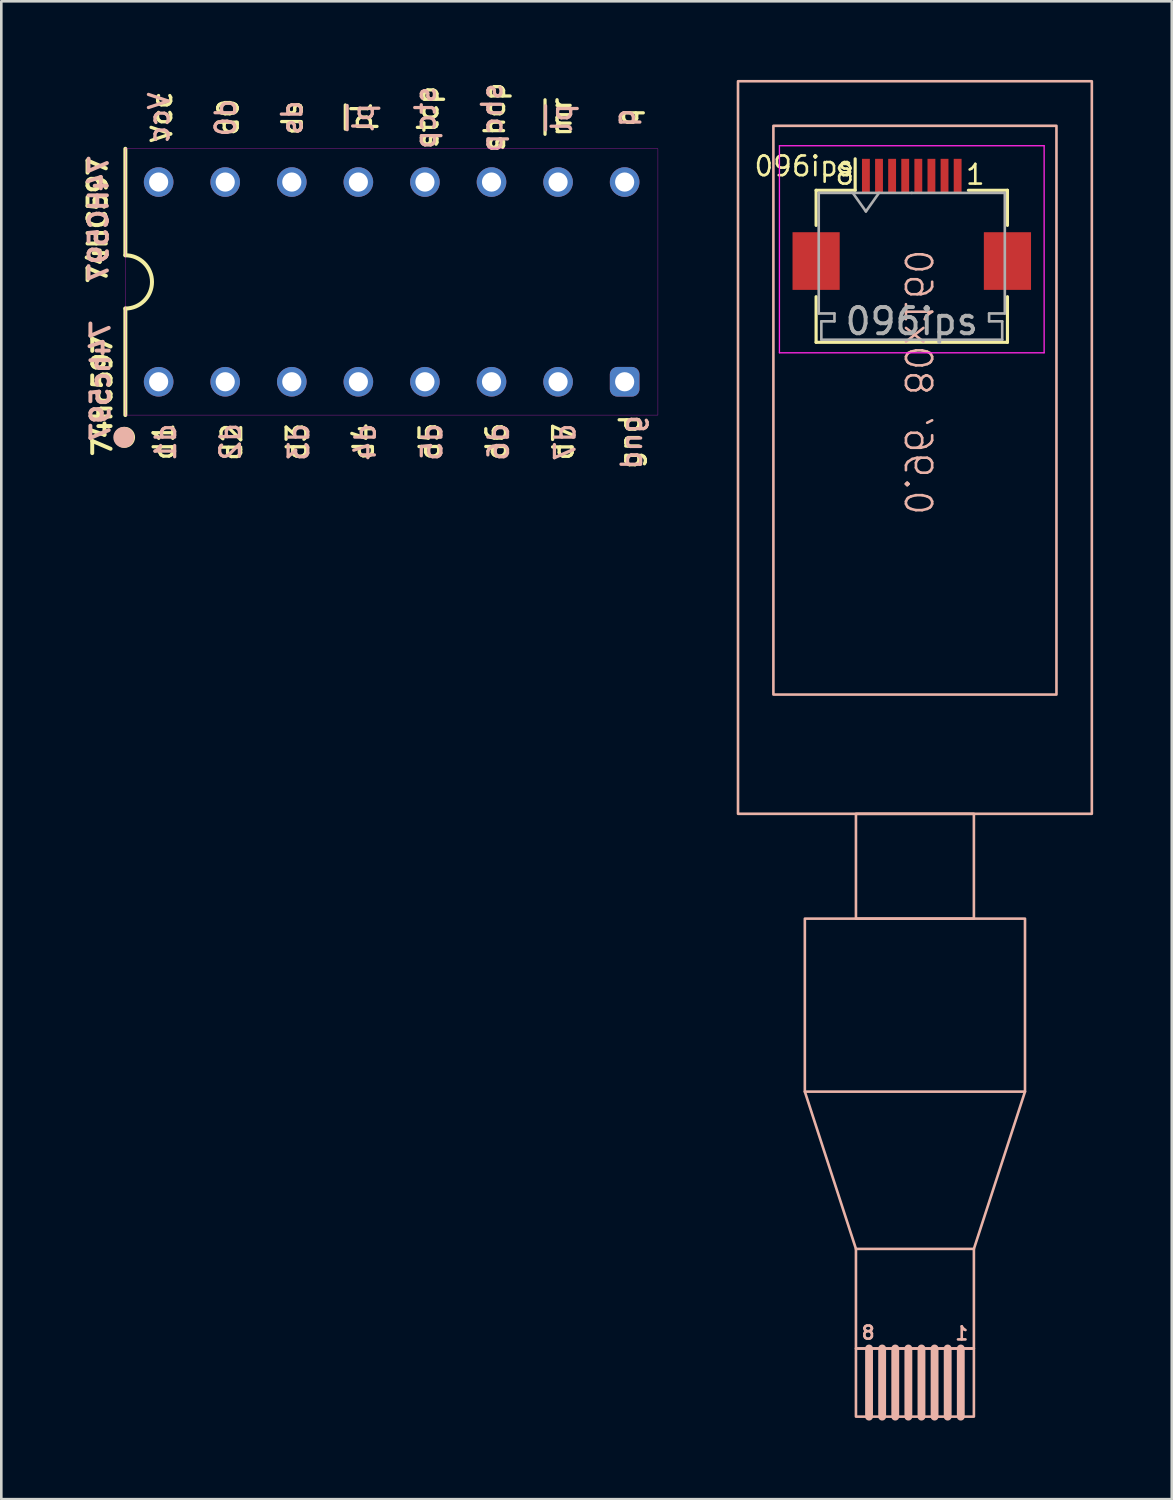
<source format=kicad_pcb>
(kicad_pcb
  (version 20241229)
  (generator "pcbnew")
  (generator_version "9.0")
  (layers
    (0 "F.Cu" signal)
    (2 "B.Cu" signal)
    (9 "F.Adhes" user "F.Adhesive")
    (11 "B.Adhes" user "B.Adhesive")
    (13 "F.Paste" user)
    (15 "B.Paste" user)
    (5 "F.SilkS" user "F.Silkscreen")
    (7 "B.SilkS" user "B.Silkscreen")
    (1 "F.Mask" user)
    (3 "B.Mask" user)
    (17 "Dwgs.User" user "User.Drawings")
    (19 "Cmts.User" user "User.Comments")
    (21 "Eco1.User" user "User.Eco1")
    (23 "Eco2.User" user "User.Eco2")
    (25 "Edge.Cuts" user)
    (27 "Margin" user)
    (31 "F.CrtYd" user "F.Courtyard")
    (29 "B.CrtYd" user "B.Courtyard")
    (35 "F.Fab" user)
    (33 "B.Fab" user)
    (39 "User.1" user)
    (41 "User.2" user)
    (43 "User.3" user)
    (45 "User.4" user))
  (footprint "096ips"
    (layer "F.Cu")
    (at 31.738 5.51)
    (property "Reference" "096ips" (at -4.11 -2.22 180) (layer "F.SilkS") (effects (font (size 0.75 0.75) (thickness 0.1))))
    (attr smd)
    (fp_line (start -3.65 -1.3) (end -3.65 0.04) (stroke (width 0.12) (type solid)) (layer "F.SilkS"))
    (fp_line (start -3.65 2.76) (end -3.65 4.5) (stroke (width 0.12) (type solid)) (layer "F.SilkS"))
    (fp_line (start -3.65 4.5) (end 3.65 4.5) (stroke (width 0.12) (type solid)) (layer "F.SilkS"))
    (fp_line (start -2.16 -1.3) (end -3.65 -1.3) (stroke (width 0.12) (type solid)) (layer "F.SilkS"))
    (fp_line (start -2.16 -1.3) (end -2.16 -2.5) (stroke (width 0.12) (type solid)) (layer "F.SilkS"))
    (fp_line (start 2.16 -1.3) (end 3.65 -1.3) (stroke (width 0.12) (type solid)) (layer "F.SilkS"))
    (fp_line (start 3.65 -1.3) (end 3.65 0.04) (stroke (width 0.12) (type solid)) (layer "F.SilkS"))
    (fp_line (start 3.65 4.5) (end 3.65 2.76) (stroke (width 0.12) (type solid)) (layer "F.SilkS"))
    (fp_line (start -2.13 39.09) (end -4.08 33.09) (stroke (width 0.1) (type default)) (layer "B.SilkS"))
    (fp_line (start -1.63 42.89) (end -1.63 45.49) (stroke (width 0.3) (type default)) (layer "B.SilkS"))
    (fp_line (start -1.13 42.89) (end -1.13 45.49) (stroke (width 0.3) (type default)) (layer "B.SilkS"))
    (fp_line (start -0.63 42.89) (end -0.63 45.49) (stroke (width 0.3) (type default)) (layer "B.SilkS"))
    (fp_line (start -0.13 42.89) (end -0.13 45.49) (stroke (width 0.3) (type default)) (layer "B.SilkS"))
    (fp_line (start 0.37 42.89) (end 0.37 45.49) (stroke (width 0.3) (type default)) (layer "B.SilkS"))
    (fp_line (start 0.87 42.89) (end 0.87 45.49) (stroke (width 0.3) (type default)) (layer "B.SilkS"))
    (fp_line (start 1.37 42.89) (end 1.37 45.49) (stroke (width 0.3) (type default)) (layer "B.SilkS"))
    (fp_line (start 1.87 42.89) (end 1.87 45.49) (stroke (width 0.3) (type default)) (layer "B.SilkS"))
    (fp_line (start 2.37 39.09) (end 4.32 33.09) (stroke (width 0.1) (type default)) (layer "B.SilkS"))
    (fp_rect (start 2.37 22.49) (end -2.13 26.49) (stroke (width 0.1) (type default)) (fill no) (layer "B.SilkS"))
    (fp_rect (start 2.37 39.09) (end -2.13 42.89) (stroke (width 0.1) (type default)) (fill no) (layer "B.SilkS"))
    (fp_rect (start 2.37 42.89) (end -2.13 45.49) (stroke (width 0.1) (type default)) (fill no) (layer "B.SilkS"))
    (fp_rect (start 4.32 26.49) (end -4.08 33.09) (stroke (width 0.1) (type default)) (fill no) (layer "B.SilkS"))
    (fp_rect (start 5.52 -3.76) (end -5.28 17.94) (stroke (width 0.1) (type default)) (fill no) (layer "B.SilkS"))
    (fp_rect (start 6.87 -5.46) (end -6.63 22.49) (stroke (width 0.1) (type default)) (fill no) (layer "B.SilkS"))
    (fp_line (start -5.05 -3) (end -5.05 4.9) (stroke (width 0.05) (type solid)) (layer "F.CrtYd"))
    (fp_line (start -5.05 4.9) (end 5.05 4.9) (stroke (width 0.05) (type solid)) (layer "F.CrtYd"))
    (fp_line (start 5.05 -3) (end -5.05 -3) (stroke (width 0.05) (type solid)) (layer "F.CrtYd"))
    (fp_line (start 5.05 4.9) (end 5.05 -3) (stroke (width 0.05) (type solid)) (layer "F.CrtYd"))
    (fp_line (start -3.55 -1.2) (end -3.55 3.4) (stroke (width 0.1) (type solid)) (layer "F.Fab"))
    (fp_line (start -3.55 3.4) (end -2.95 3.4) (stroke (width 0.1) (type solid)) (layer "F.Fab"))
    (fp_line (start -3.45 3.7) (end -3.45 4.4) (stroke (width 0.1) (type solid)) (layer "F.Fab"))
    (fp_line (start -3.45 4.4) (end 0 4.4) (stroke (width 0.1) (type solid)) (layer "F.Fab"))
    (fp_line (start -2.95 3.4) (end -2.95 3.7) (stroke (width 0.1) (type solid)) (layer "F.Fab"))
    (fp_line (start -2.95 3.7) (end -3.45 3.7) (stroke (width 0.1) (type solid)) (layer "F.Fab"))
    (fp_line (start -2.25 -1.2) (end -1.75 -0.493) (stroke (width 0.1) (type solid)) (layer "F.Fab"))
    (fp_line (start -1.75 -0.493) (end -1.25 -1.2) (stroke (width 0.1) (type solid)) (layer "F.Fab"))
    (fp_line (start 0 -1.2) (end -3.55 -1.2) (stroke (width 0.1) (type solid)) (layer "F.Fab"))
    (fp_line (start 0 -1.2) (end 3.55 -1.2) (stroke (width 0.1) (type solid)) (layer "F.Fab"))
    (fp_line (start 2.95 3.4) (end 2.95 3.7) (stroke (width 0.1) (type solid)) (layer "F.Fab"))
    (fp_line (start 2.95 3.7) (end 3.45 3.7) (stroke (width 0.1) (type solid)) (layer "F.Fab"))
    (fp_line (start 3.45 3.7) (end 3.45 4.4) (stroke (width 0.1) (type solid)) (layer "F.Fab"))
    (fp_line (start 3.45 4.4) (end 0 4.4) (stroke (width 0.1) (type solid)) (layer "F.Fab"))
    (fp_line (start 3.55 -1.2) (end 3.55 3.4) (stroke (width 0.1) (type solid)) (layer "F.Fab"))
    (fp_line (start 3.55 3.4) (end 2.95 3.4) (stroke (width 0.1) (type solid)) (layer "F.Fab"))
    (fp_text user "8" (at -2.98 -1.46 0) (unlocked yes) (layer "F.SilkS") (effects (font (size 0.75 0.75) (thickness 0.1)) (justify left bottom)))
    (fp_text user "1" (at 2 -1.46 0) (unlocked yes) (layer "F.SilkS") (effects (font (size 0.75 0.75) (thickness 0.1)) (justify left bottom)))
    (fp_text user "0.96' 80x160" (at -0.35 11.16 270) (unlocked yes) (layer "B.SilkS") (effects (font (size 1 1) (thickness 0.1)) (justify left bottom mirror)))
    (fp_text user "8" (at -1.36 42.58 0) (unlocked yes) (layer "B.SilkS") (effects (font (size 0.5 0.5) (thickness 0.1)) (justify left bottom mirror)))
    (fp_text user "1" (at 2.21 42.61 0) (unlocked yes) (layer "B.SilkS") (effects (font (size 0.5 0.5) (thickness 0.1)) (justify left bottom mirror)))
    (fp_text user "${REFERENCE}" (at 0 3.7 180) (layer "F.Fab") (effects (font (size 1 1) (thickness 0.15))))
    (pad "" smd rect (at -3.65 1.4) (size 1.8 2.2) (layers "F.Cu" "F.Mask" "F.Paste"))
    (pad "" smd rect (at 3.65 1.4) (size 1.8 2.2) (layers "F.Cu" "F.Mask" "F.Paste"))
    (pad "1" smd rect (at 1.75 -1.85) (size 0.3 1.3) (layers "F.Cu" "F.Mask" "F.Paste"))
    (pad "2" smd rect (at 1.25 -1.85) (size 0.3 1.3) (layers "F.Cu" "F.Mask" "F.Paste"))
    (pad "3" smd rect (at 0.75 -1.85) (size 0.3 1.3) (layers "F.Cu" "F.Mask" "F.Paste"))
    (pad "4" smd rect (at 0.25 -1.85) (size 0.3 1.3) (layers "F.Cu" "F.Mask" "F.Paste"))
    (pad "5" smd rect (at -0.25 -1.85) (size 0.3 1.3) (layers "F.Cu" "F.Mask" "F.Paste"))
    (pad "6" smd rect (at -0.75 -1.85) (size 0.3 1.3) (layers "F.Cu" "F.Mask" "F.Paste"))
    (pad "7" smd rect (at -1.25 -1.85) (size 0.3 1.3) (layers "F.Cu" "F.Mask" "F.Paste"))
    (pad "8" smd rect (at -1.75 -1.85) (size 0.3 1.3) (layers "F.Cu" "F.Mask" "F.Paste")))
  (footprint "74hc597"
    (layer "F.Cu")
    (at 11.893 7.706)
    (property "Reference" "74hc597" (at -11.04 4.35 270) (layer "F.SilkS") (effects (font (size 0.7 0.7) (thickness 0.15))))
    (property "Value" "74HC597" (at 7.62 0 0) (layer "F.Fab") (hide yes) (effects (font (size 0.7 0.7) (thickness 0.15))))
    (attr through_hole)
    (fp_line (start -10.16 -5.08) (end -10.16 -1.016) (stroke (width 0.152) (type solid)) (layer "F.SilkS"))
    (fp_line (start -10.16 5.08) (end -10.16 1.016) (stroke (width 0.152) (type solid)) (layer "F.SilkS"))
    (fp_arc (start -10.16 -1.016) (mid -9.144 0) (end -10.16 1.016) (stroke (width 0.1524) (type solid)) (layer "F.SilkS"))
    (fp_circle (center -10.19 5.93) (end -9.84 5.93) (stroke (width 0.1) (type solid)) (fill yes) (layer "F.SilkS"))
    (fp_circle (center -10.22 5.93) (end -10.57 5.93) (stroke (width 0.1) (type solid)) (fill yes) (layer "B.SilkS"))
    (fp_poly (pts (xy -10.168 -5.08) (xy 10.16 -5.08) (xy 10.16 5.08) (xy -10.16 5.08)) (stroke (width 0.01) (type solid)) (fill no) (layer "F.CrtYd"))
    (fp_text user "d2" (at -6.1 6.11 90) (unlocked yes) (layer "F.SilkS") (effects (font (size 0.75 0.75) (thickness 0.125))))
    (fp_text user "~{pl}" (at -1.15 -6.29 90) (unlocked yes) (layer "F.SilkS") (effects (font (size 0.75 0.75) (thickness 0.125))))
    (fp_text user "d5" (at 1.452 6.084 90) (unlocked yes) (layer "F.SilkS") (effects (font (size 0.75 0.75) (thickness 0.125))))
    (fp_text user "stcp" (at 1.39 -6.29 90) (unlocked yes) (layer "F.SilkS") (effects (font (size 0.75 0.75) (thickness 0.125))))
    (fp_text user "d1" (at -8.692 6.093 90) (unlocked yes) (layer "F.SilkS") (effects (font (size 0.75 0.75) (thickness 0.125))))
    (fp_text user "~{mr}" (at 6.47 -6.29 90) (unlocked yes) (layer "F.SilkS") (effects (font (size 0.75 0.75) (thickness 0.125))))
    (fp_text user "ds" (at -3.79 -6.26 90) (unlocked yes) (layer "F.SilkS") (effects (font (size 0.75 0.75) (thickness 0.125))))
    (fp_text user "d7" (at 6.55 6.1 90) (unlocked yes) (layer "F.SilkS") (effects (font (size 0.75 0.75) (thickness 0.125))))
    (fp_text user "Vcc" (at -8.77 -6.29 90) (unlocked yes) (layer "F.SilkS") (effects (font (size 0.75 0.75) (thickness 0.125))))
    (fp_text user "shcp" (at 3.93 -6.29 90) (unlocked yes) (layer "F.SilkS") (effects (font (size 0.75 0.75) (thickness 0.125))))
    (fp_text user "d6" (at 4.001 6.084 90) (unlocked yes) (layer "F.SilkS") (effects (font (size 0.75 0.75) (thickness 0.125))))
    (fp_text user "d4" (at -1.075 6.084 90) (unlocked yes) (layer "F.SilkS") (effects (font (size 0.75 0.75) (thickness 0.125))))
    (fp_text user "d3" (at -3.617 6.093 90) (unlocked yes) (layer "F.SilkS") (effects (font (size 0.75 0.75) (thickness 0.125))))
    (fp_text user "d0" (at -6.23 -6.29 90) (unlocked yes) (layer "F.SilkS") (effects (font (size 0.75 0.75) (thickness 0.125))))
    (fp_text user "q" (at 9.01 -6.29 90) (unlocked yes) (layer "F.SilkS") (effects (font (size 0.75 0.75) (thickness 0.125))))
    (fp_text user "gnd" (at 9.09 6.1 90) (unlocked yes) (layer "F.SilkS") (effects (font (size 0.75 0.75) (thickness 0.125))))
    (fp_text user "${VALUE}" (at -11.22 -2.35 90) (layer "F.SilkS") (effects (font (size 0.7 0.7) (thickness 0.15))))
    (fp_text user "Vcc" (at -8.87 -6.26 90) (unlocked yes) (layer "B.SilkS") (effects (font (size 0.75 0.75) (thickness 0.125)) (justify mirror)))
    (fp_text user "d6" (at 4.08 6.117 90) (unlocked yes) (layer "B.SilkS") (effects (font (size 0.75 0.75) (thickness 0.125)) (justify mirror)))
    (fp_text user "stcp" (at 1.29 -6.26 90) (unlocked yes) (layer "B.SilkS") (effects (font (size 0.75 0.75) (thickness 0.125)) (justify mirror)))
    (fp_text user "d0" (at -6.33 -6.26 90) (unlocked yes) (layer "B.SilkS") (effects (font (size 0.75 0.75) (thickness 0.125)) (justify mirror)))
    (fp_text user "gnd" (at 9.16 6.117 90) (unlocked yes) (layer "B.SilkS") (effects (font (size 0.75 0.75) (thickness 0.125)) (justify mirror)))
    (fp_text user "~{pl}" (at -1.08 -6.27 90) (unlocked yes) (layer "B.SilkS") (effects (font (size 0.75 0.75) (thickness 0.125)) (justify mirror)))
    (fp_text user "d7" (at 6.62 6.117 90) (unlocked yes) (layer "B.SilkS") (effects (font (size 0.75 0.75) (thickness 0.125)) (justify mirror)))
    (fp_text user "d1" (at -8.62 6.117 90) (unlocked yes) (layer "B.SilkS") (effects (font (size 0.75 0.75) (thickness 0.125)) (justify mirror)))
    (fp_text user "shcp" (at 3.83 -6.26 90) (unlocked yes) (layer "B.SilkS") (effects (font (size 0.75 0.75) (thickness 0.125)) (justify mirror)))
    (fp_text user "${VALUE}" (at -11.18 -2.42 90) (layer "B.SilkS") (effects (font (size 0.7 0.7) (thickness 0.15)) (justify mirror)))
    (fp_text user "d3" (at -3.54 6.117 90) (unlocked yes) (layer "B.SilkS") (effects (font (size 0.75 0.75) (thickness 0.125)) (justify mirror)))
    (fp_text user "d2" (at -6.15 6.1 90) (unlocked yes) (layer "B.SilkS") (effects (font (size 0.75 0.75) (thickness 0.125)) (justify mirror)))
    (fp_text user "~{pl}" (at 6.49 -6.26 90) (unlocked yes) (layer "B.SilkS") (effects (font (size 0.75 0.75) (thickness 0.125)) (justify mirror)))
    (fp_text user "d4" (at -1 6.117 90) (unlocked yes) (layer "B.SilkS") (effects (font (size 0.75 0.75) (thickness 0.125)) (justify mirror)))
    (fp_text user "${REFERENCE}" (at -11.11 3.77 270) (layer "B.SilkS") (effects (font (size 0.7 0.7) (thickness 0.15)) (justify mirror)))
    (fp_text user "ds" (at -3.8 -6.26 90) (unlocked yes) (layer "B.SilkS") (effects (font (size 0.75 0.75) (thickness 0.125)) (justify mirror)))
    (fp_text user "q" (at 8.88 -6.26 90) (unlocked yes) (layer "B.SilkS") (effects (font (size 0.75 0.75) (thickness 0.125)) (justify mirror)))
    (fp_text user "d5" (at 1.54 6.117 90) (unlocked yes) (layer "B.SilkS") (effects (font (size 0.75 0.75) (thickness 0.125)) (justify mirror)))
    (pad "1" thru_hole circle (at -8.89 3.81) (size 1.13 1.13) (drill 0.73) (layers "*.Cu" "*.Mask"))
    (pad "2" thru_hole circle (at -6.35 3.81) (size 1.13 1.13) (drill 0.73) (layers "*.Cu" "*.Mask"))
    (pad "3" thru_hole circle (at -3.81 3.81) (size 1.13 1.13) (drill 0.73) (layers "*.Cu" "*.Mask"))
    (pad "4" thru_hole circle (at -1.27 3.81) (size 1.13 1.13) (drill 0.73) (layers "*.Cu" "*.Mask"))
    (pad "5" thru_hole circle (at 1.27 3.81) (size 1.13 1.13) (drill 0.73) (layers "*.Cu" "*.Mask"))
    (pad "6" thru_hole circle (at 3.81 3.81) (size 1.13 1.13) (drill 0.73) (layers "*.Cu" "*.Mask"))
    (pad "7" thru_hole circle (at 6.35 3.81) (size 1.13 1.13) (drill 0.73) (layers "*.Cu" "*.Mask"))
    (pad "8" thru_hole roundrect (at 8.89 3.81) (size 1.13 1.13) (drill 0.73) (layers "*.Cu" "*.Mask") (roundrect_rratio 0.25))
    (pad "9" thru_hole circle (at 8.89 -3.81) (size 1.13 1.13) (drill 0.73) (layers "*.Cu" "*.Mask"))
    (pad "10" thru_hole circle (at 6.35 -3.81) (size 1.13 1.13) (drill 0.73) (layers "*.Cu" "*.Mask"))
    (pad "11" thru_hole circle (at 3.81 -3.81) (size 1.13 1.13) (drill 0.73) (layers "*.Cu" "*.Mask"))
    (pad "12" thru_hole circle (at 1.27 -3.81) (size 1.13 1.13) (drill 0.73) (layers "*.Cu" "*.Mask"))
    (pad "13" thru_hole circle (at -1.27 -3.81) (size 1.13 1.13) (drill 0.73) (layers "*.Cu" "*.Mask"))
    (pad "14" thru_hole circle (at -3.81 -3.81) (size 1.13 1.13) (drill 0.73) (layers "*.Cu" "*.Mask"))
    (pad "15" thru_hole circle (at -6.35 -3.81) (size 1.13 1.13) (drill 0.73) (layers "*.Cu" "*.Mask"))
    (pad "16" thru_hole circle (at -8.89 -3.81) (size 1.13 1.13) (drill 0.73) (layers "*.Cu" "*.Mask")))
  (gr_rect
    (start -3 -3)
    (end 41.658 54.15)
    (stroke (width 0.1) (type default))
    (fill no)
    (layer "Edge.Cuts")))
</source>
